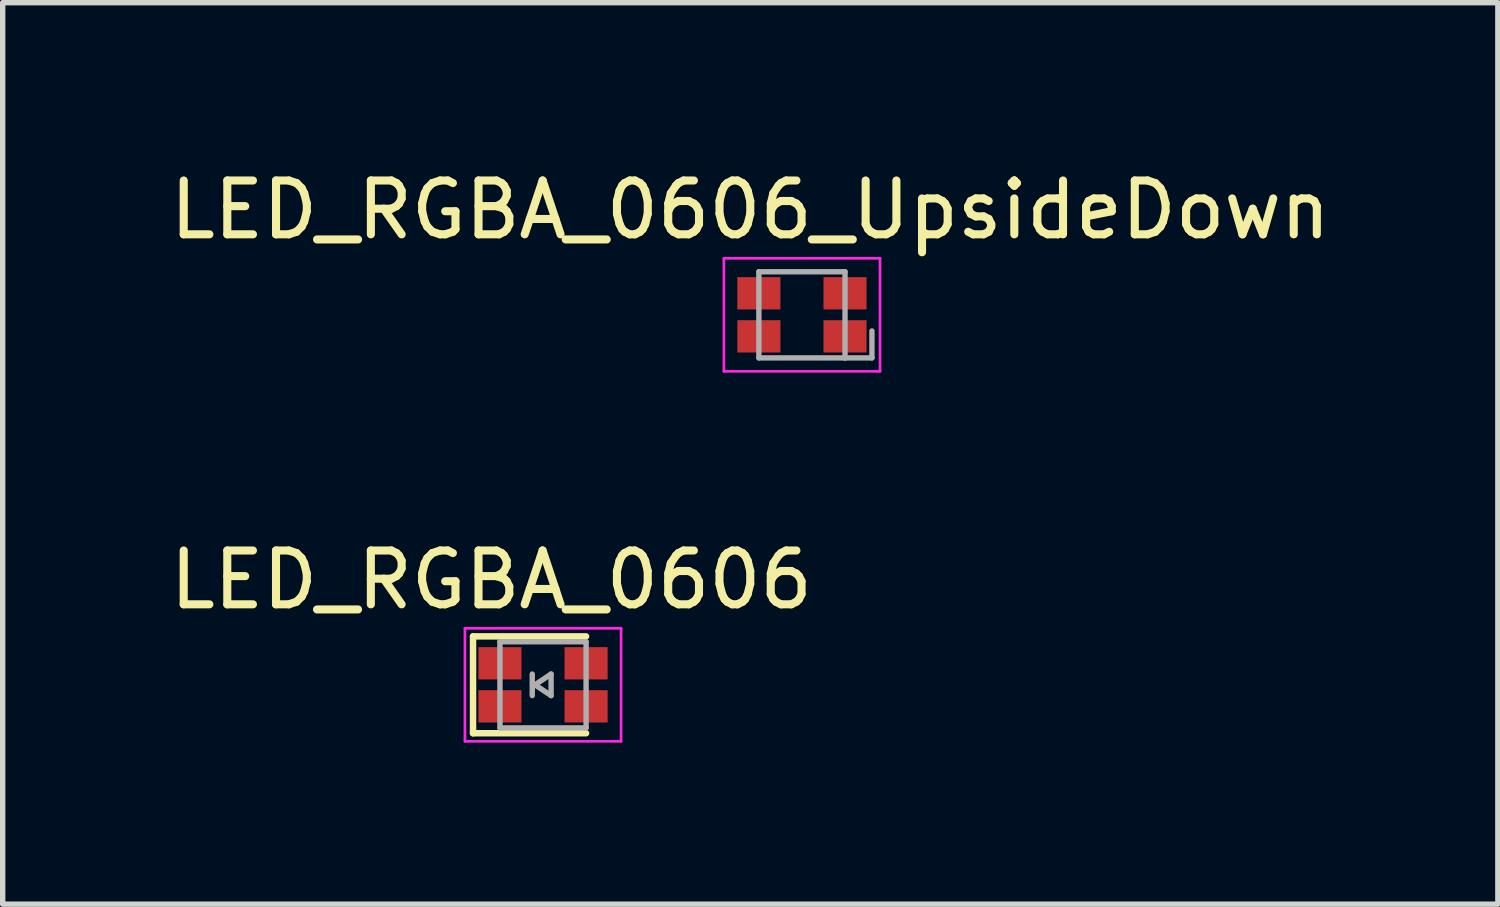
<source format=kicad_pcb>
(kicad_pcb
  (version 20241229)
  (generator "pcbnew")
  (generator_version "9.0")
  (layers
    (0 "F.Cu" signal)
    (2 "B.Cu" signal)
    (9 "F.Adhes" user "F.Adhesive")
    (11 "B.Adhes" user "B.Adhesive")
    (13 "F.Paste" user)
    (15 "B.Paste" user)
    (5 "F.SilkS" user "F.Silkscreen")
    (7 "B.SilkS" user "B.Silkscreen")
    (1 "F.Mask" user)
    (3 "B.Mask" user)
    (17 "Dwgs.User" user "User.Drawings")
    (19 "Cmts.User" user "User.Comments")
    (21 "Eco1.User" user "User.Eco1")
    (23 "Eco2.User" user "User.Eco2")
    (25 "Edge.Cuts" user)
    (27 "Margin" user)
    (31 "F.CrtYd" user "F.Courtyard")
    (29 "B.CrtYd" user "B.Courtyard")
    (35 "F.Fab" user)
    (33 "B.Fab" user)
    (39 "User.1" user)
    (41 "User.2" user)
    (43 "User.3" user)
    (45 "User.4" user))
  (footprint "LED_RGBA_0606_UpsideDown"
    (layer "F.Cu")
    (at 11.847 2.798)
    (property "Reference" "LED_RGBA_0606_UpsideDown" (at -0.96 -1.95 0) (layer "F.SilkS") (effects (font (size 1 1) (thickness 0.15))))
    (attr smd)
    (fp_line (start -1.45 -1.05) (end 1.45 -1.05) (stroke (width 0.05) (type solid)) (layer "F.CrtYd"))
    (fp_line (start -1.45 1.05) (end -1.45 -1.05) (stroke (width 0.05) (type solid)) (layer "F.CrtYd"))
    (fp_line (start 1.45 -1.05) (end 1.45 1.05) (stroke (width 0.05) (type solid)) (layer "F.CrtYd"))
    (fp_line (start 1.45 1.05) (end -1.45 1.05) (stroke (width 0.05) (type solid)) (layer "F.CrtYd"))
    (fp_line (start -0.8 -0.8) (end 0.8 -0.8) (stroke (width 0.1) (type solid)) (layer "F.Fab"))
    (fp_line (start -0.8 0.8) (end -0.8 -0.8) (stroke (width 0.1) (type solid)) (layer "F.Fab"))
    (fp_line (start 0.8 -0.8) (end 0.8 0.8) (stroke (width 0.1) (type solid)) (layer "F.Fab"))
    (fp_line (start 0.8 0.8) (end -0.8 0.8) (stroke (width 0.1) (type solid)) (layer "F.Fab"))
    (fp_line (start 1.3 0.3) (end 1.3 0.8) (stroke (width 0.1) (type solid)) (layer "F.Fab"))
    (fp_line (start 1.3 0.8) (end 0.8 0.8) (stroke (width 0.1) (type solid)) (layer "F.Fab"))
    (pad "1" smd rect (at -0.8 0.4 180) (size 0.8 0.6) (layers "F.Cu" "F.Mask" "F.Paste"))
    (pad "2" smd rect (at -0.8 -0.4 180) (size 0.8 0.6) (layers "F.Cu" "F.Mask" "F.Paste"))
    (pad "3" smd rect (at 0.8 -0.4 180) (size 0.8 0.6) (layers "F.Cu" "F.Mask" "F.Paste"))
    (pad "4" smd rect (at 0.8 0.4 180) (size 0.8 0.6) (layers "F.Cu" "F.Mask" "F.Paste")))
  (footprint "LED_RGBA_0606"
    (layer "F.Cu")
    (at 7.037 9.671)
    (property "Reference" "LED_RGBA_0606" (at -0.96 -1.95 0) (layer "F.SilkS") (effects (font (size 1 1) (thickness 0.15))))
    (attr smd)
    (fp_line (start -1.3 -0.9) (end -1.3 0.9) (stroke (width 0.12) (type solid)) (layer "F.SilkS"))
    (fp_line (start -1.3 -0.9) (end 0.8 -0.9) (stroke (width 0.12) (type solid)) (layer "F.SilkS"))
    (fp_line (start -1.3 0.9) (end 0.8 0.9) (stroke (width 0.12) (type solid)) (layer "F.SilkS"))
    (fp_line (start -1.45 -1.05) (end 1.45 -1.05) (stroke (width 0.05) (type solid)) (layer "F.CrtYd"))
    (fp_line (start -1.45 1.05) (end -1.45 -1.05) (stroke (width 0.05) (type solid)) (layer "F.CrtYd"))
    (fp_line (start 1.45 -1.05) (end 1.45 1.05) (stroke (width 0.05) (type solid)) (layer "F.CrtYd"))
    (fp_line (start 1.45 1.05) (end -1.45 1.05) (stroke (width 0.05) (type solid)) (layer "F.CrtYd"))
    (fp_line (start -0.8 -0.8) (end 0.8 -0.8) (stroke (width 0.1) (type solid)) (layer "F.Fab"))
    (fp_line (start -0.8 0.8) (end -0.8 -0.8) (stroke (width 0.1) (type solid)) (layer "F.Fab"))
    (fp_line (start -0.2 -0.2) (end -0.2 0.2) (stroke (width 0.1) (type solid)) (layer "F.Fab"))
    (fp_line (start -0.15 0) (end 0.15 -0.2) (stroke (width 0.1) (type solid)) (layer "F.Fab"))
    (fp_line (start 0.15 -0.2) (end 0.15 0.2) (stroke (width 0.1) (type solid)) (layer "F.Fab"))
    (fp_line (start 0.15 0.2) (end -0.15 0) (stroke (width 0.1) (type solid)) (layer "F.Fab"))
    (fp_line (start 0.8 -0.8) (end 0.8 0.8) (stroke (width 0.1) (type solid)) (layer "F.Fab"))
    (fp_line (start 0.8 0.8) (end -0.8 0.8) (stroke (width 0.1) (type solid)) (layer "F.Fab"))
    (pad "1" smd rect (at -0.8 0.4 180) (size 0.8 0.6) (layers "F.Cu" "F.Mask" "F.Paste"))
    (pad "2" smd rect (at -0.8 -0.4 180) (size 0.8 0.6) (layers "F.Cu" "F.Mask" "F.Paste"))
    (pad "3" smd rect (at 0.8 -0.4 180) (size 0.8 0.6) (layers "F.Cu" "F.Mask" "F.Paste"))
    (pad "4" smd rect (at 0.8 0.4 180) (size 0.8 0.6) (layers "F.Cu" "F.Mask" "F.Paste")))
  (gr_rect
    (start -3 -3)
    (end 24.774 13.746)
    (stroke (width 0.1) (type default))
    (fill no)
    (layer "Edge.Cuts")))
</source>
